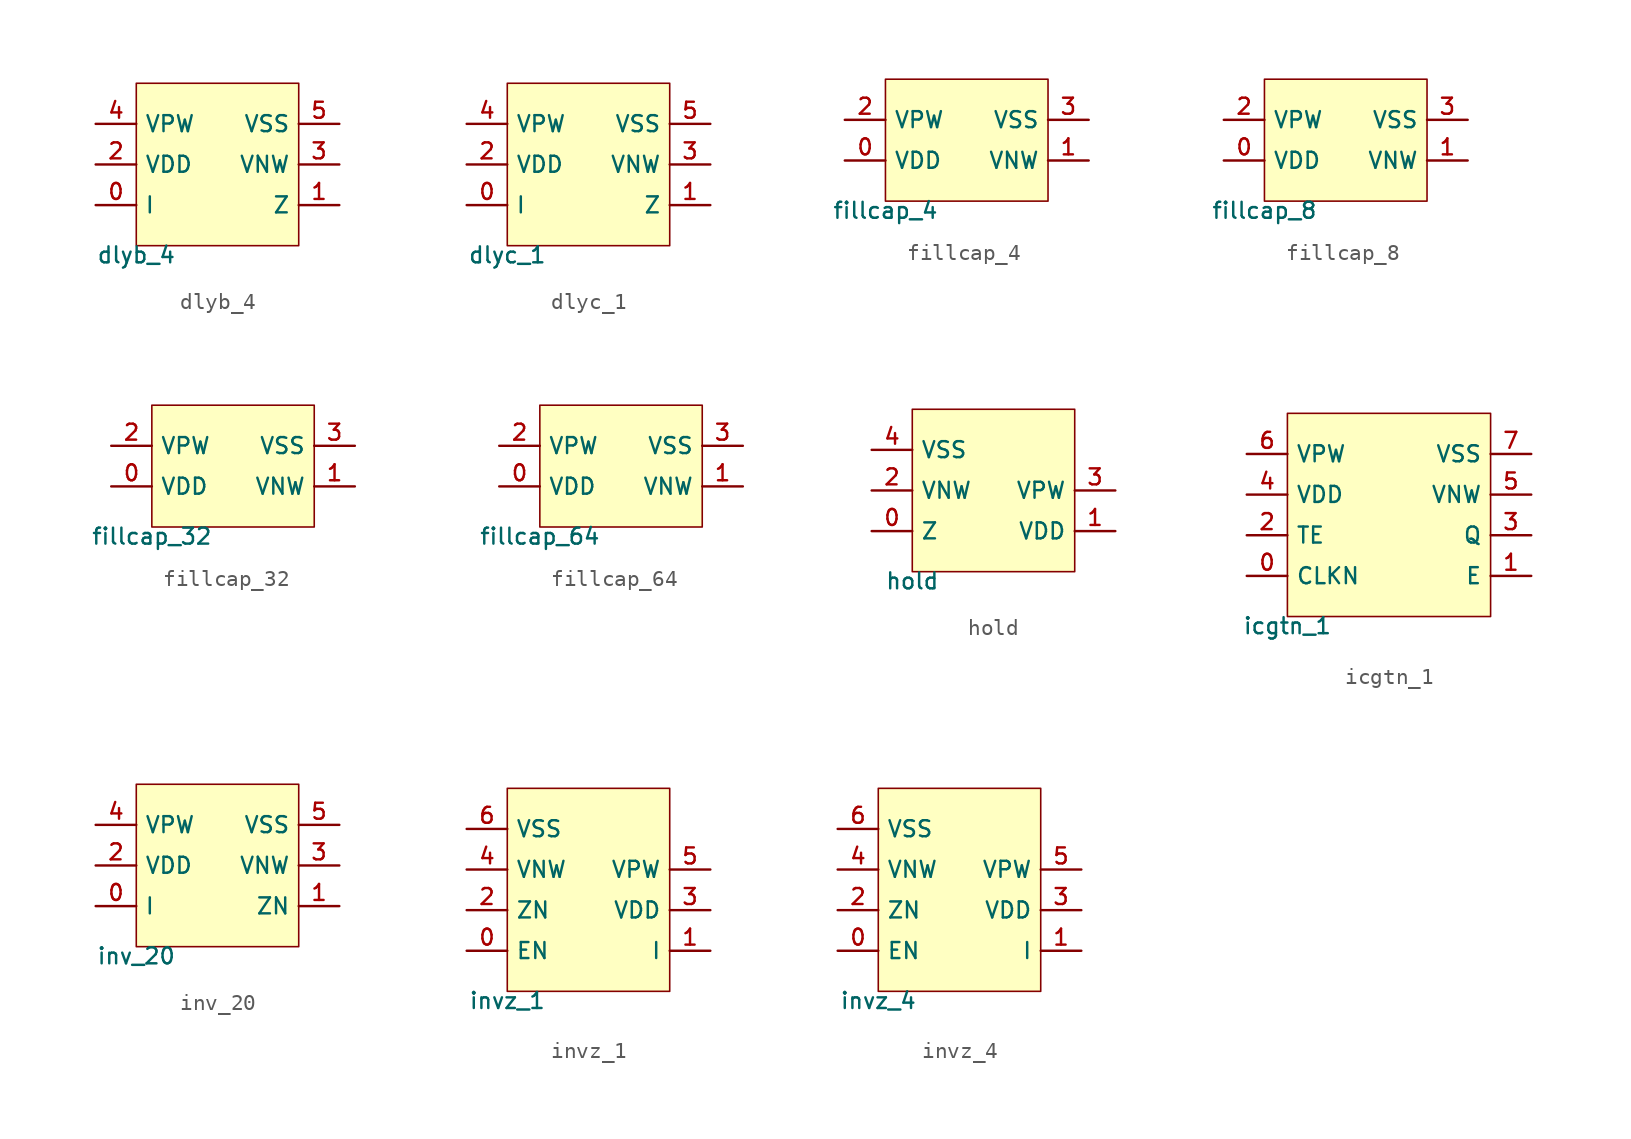
<source format=kicad_sym>
(kicad_symbol_lib
  (version 20211014)
  (generator pdk2kicad)
  (symbol "dlyb_4"
    (property "Reference" "X"
      (at 0 0 0)
      (effects (font (size 1 1)) hide))
    (property "Value" "dlyb_4"
      (at -5.08 -5.08 0)
      (effects (font (size 1 1)) (justify top)))
    (rectangle
      (start -5.08 -5.08)
      (end 5.08 5.08)
      (stroke (width 0.1) (type solid) (color 0 0 0 0))
      (fill (type background)))
    (pin bidirectional line
      (at -7.62 -2.54 0)
      (length 2.54)
      (name "I" (effects (font (size 1 1)) hide))
      (number "0" (effects (font (size 1 1)) hide)))
    (pin bidirectional line
      (at 7.62 -2.54 180)
      (length 2.54)
      (name "Z" (effects (font (size 1 1)) hide))
      (number "1" (effects (font (size 1 1)) hide)))
    (pin bidirectional line
      (at -7.62 0.0 0)
      (length 2.54)
      (name "VDD" (effects (font (size 1 1)) hide))
      (number "2" (effects (font (size 1 1)) hide)))
    (pin bidirectional line
      (at 7.62 0.0 180)
      (length 2.54)
      (name "VNW" (effects (font (size 1 1)) hide))
      (number "3" (effects (font (size 1 1)) hide)))
    (pin bidirectional line
      (at -7.62 2.54 0)
      (length 2.54)
      (name "VPW" (effects (font (size 1 1)) hide))
      (number "4" (effects (font (size 1 1)) hide)))
    (pin bidirectional line
      (at 7.62 2.54 180)
      (length 2.54)
      (name "VSS" (effects (font (size 1 1)) hide))
      (number "5" (effects (font (size 1 1)) hide))))
  (symbol "dlyc_1"
    (property "Reference" "X"
      (at 0 0 0)
      (effects (font (size 1 1)) hide))
    (property "Value" "dlyc_1"
      (at -5.08 -5.08 0)
      (effects (font (size 1 1)) (justify top)))
    (rectangle
      (start -5.08 -5.08)
      (end 5.08 5.08)
      (stroke (width 0.1) (type solid) (color 0 0 0 0))
      (fill (type background)))
    (pin bidirectional line
      (at -7.62 -2.54 0)
      (length 2.54)
      (name "I" (effects (font (size 1 1)) hide))
      (number "0" (effects (font (size 1 1)) hide)))
    (pin bidirectional line
      (at 7.62 -2.54 180)
      (length 2.54)
      (name "Z" (effects (font (size 1 1)) hide))
      (number "1" (effects (font (size 1 1)) hide)))
    (pin bidirectional line
      (at -7.62 0.0 0)
      (length 2.54)
      (name "VDD" (effects (font (size 1 1)) hide))
      (number "2" (effects (font (size 1 1)) hide)))
    (pin bidirectional line
      (at 7.62 0.0 180)
      (length 2.54)
      (name "VNW" (effects (font (size 1 1)) hide))
      (number "3" (effects (font (size 1 1)) hide)))
    (pin bidirectional line
      (at -7.62 2.54 0)
      (length 2.54)
      (name "VPW" (effects (font (size 1 1)) hide))
      (number "4" (effects (font (size 1 1)) hide)))
    (pin bidirectional line
      (at 7.62 2.54 180)
      (length 2.54)
      (name "VSS" (effects (font (size 1 1)) hide))
      (number "5" (effects (font (size 1 1)) hide))))
  (symbol "fillcap_4"
    (property "Reference" "X"
      (at 0 0 0)
      (effects (font (size 1 1)) hide))
    (property "Value" "fillcap_4"
      (at -5.08 -3.81 0)
      (effects (font (size 1 1)) (justify top)))
    (rectangle
      (start -5.08 -3.81)
      (end 5.08 3.81)
      (stroke (width 0.1) (type solid) (color 0 0 0 0))
      (fill (type background)))
    (pin bidirectional line
      (at -7.62 -1.27 0)
      (length 2.54)
      (name "VDD" (effects (font (size 1 1)) hide))
      (number "0" (effects (font (size 1 1)) hide)))
    (pin bidirectional line
      (at 7.62 -1.27 180)
      (length 2.54)
      (name "VNW" (effects (font (size 1 1)) hide))
      (number "1" (effects (font (size 1 1)) hide)))
    (pin bidirectional line
      (at -7.62 1.27 0)
      (length 2.54)
      (name "VPW" (effects (font (size 1 1)) hide))
      (number "2" (effects (font (size 1 1)) hide)))
    (pin bidirectional line
      (at 7.62 1.27 180)
      (length 2.54)
      (name "VSS" (effects (font (size 1 1)) hide))
      (number "3" (effects (font (size 1 1)) hide))))
  (symbol "fillcap_8"
    (property "Reference" "X"
      (at 0 0 0)
      (effects (font (size 1 1)) hide))
    (property "Value" "fillcap_8"
      (at -5.08 -3.81 0)
      (effects (font (size 1 1)) (justify top)))
    (rectangle
      (start -5.08 -3.81)
      (end 5.08 3.81)
      (stroke (width 0.1) (type solid) (color 0 0 0 0))
      (fill (type background)))
    (pin bidirectional line
      (at -7.62 -1.27 0)
      (length 2.54)
      (name "VDD" (effects (font (size 1 1)) hide))
      (number "0" (effects (font (size 1 1)) hide)))
    (pin bidirectional line
      (at 7.62 -1.27 180)
      (length 2.54)
      (name "VNW" (effects (font (size 1 1)) hide))
      (number "1" (effects (font (size 1 1)) hide)))
    (pin bidirectional line
      (at -7.62 1.27 0)
      (length 2.54)
      (name "VPW" (effects (font (size 1 1)) hide))
      (number "2" (effects (font (size 1 1)) hide)))
    (pin bidirectional line
      (at 7.62 1.27 180)
      (length 2.54)
      (name "VSS" (effects (font (size 1 1)) hide))
      (number "3" (effects (font (size 1 1)) hide))))
  (symbol "fillcap_32"
    (property "Reference" "X"
      (at 0 0 0)
      (effects (font (size 1 1)) hide))
    (property "Value" "fillcap_32"
      (at -5.08 -3.81 0)
      (effects (font (size 1 1)) (justify top)))
    (rectangle
      (start -5.08 -3.81)
      (end 5.08 3.81)
      (stroke (width 0.1) (type solid) (color 0 0 0 0))
      (fill (type background)))
    (pin bidirectional line
      (at -7.62 -1.27 0)
      (length 2.54)
      (name "VDD" (effects (font (size 1 1)) hide))
      (number "0" (effects (font (size 1 1)) hide)))
    (pin bidirectional line
      (at 7.62 -1.27 180)
      (length 2.54)
      (name "VNW" (effects (font (size 1 1)) hide))
      (number "1" (effects (font (size 1 1)) hide)))
    (pin bidirectional line
      (at -7.62 1.27 0)
      (length 2.54)
      (name "VPW" (effects (font (size 1 1)) hide))
      (number "2" (effects (font (size 1 1)) hide)))
    (pin bidirectional line
      (at 7.62 1.27 180)
      (length 2.54)
      (name "VSS" (effects (font (size 1 1)) hide))
      (number "3" (effects (font (size 1 1)) hide))))
  (symbol "fillcap_64"
    (property "Reference" "X"
      (at 0 0 0)
      (effects (font (size 1 1)) hide))
    (property "Value" "fillcap_64"
      (at -5.08 -3.81 0)
      (effects (font (size 1 1)) (justify top)))
    (rectangle
      (start -5.08 -3.81)
      (end 5.08 3.81)
      (stroke (width 0.1) (type solid) (color 0 0 0 0))
      (fill (type background)))
    (pin bidirectional line
      (at -7.62 -1.27 0)
      (length 2.54)
      (name "VDD" (effects (font (size 1 1)) hide))
      (number "0" (effects (font (size 1 1)) hide)))
    (pin bidirectional line
      (at 7.62 -1.27 180)
      (length 2.54)
      (name "VNW" (effects (font (size 1 1)) hide))
      (number "1" (effects (font (size 1 1)) hide)))
    (pin bidirectional line
      (at -7.62 1.27 0)
      (length 2.54)
      (name "VPW" (effects (font (size 1 1)) hide))
      (number "2" (effects (font (size 1 1)) hide)))
    (pin bidirectional line
      (at 7.62 1.27 180)
      (length 2.54)
      (name "VSS" (effects (font (size 1 1)) hide))
      (number "3" (effects (font (size 1 1)) hide))))
  (symbol "hold"
    (property "Reference" "X"
      (at 0 0 0)
      (effects (font (size 1 1)) hide))
    (property "Value" "hold"
      (at -5.08 -5.08 0)
      (effects (font (size 1 1)) (justify top)))
    (rectangle
      (start -5.08 -5.08)
      (end 5.08 5.08)
      (stroke (width 0.1) (type solid) (color 0 0 0 0))
      (fill (type background)))
    (pin bidirectional line
      (at -7.62 -2.54 0)
      (length 2.54)
      (name "Z" (effects (font (size 1 1)) hide))
      (number "0" (effects (font (size 1 1)) hide)))
    (pin bidirectional line
      (at 7.62 -2.54 180)
      (length 2.54)
      (name "VDD" (effects (font (size 1 1)) hide))
      (number "1" (effects (font (size 1 1)) hide)))
    (pin bidirectional line
      (at -7.62 0.0 0)
      (length 2.54)
      (name "VNW" (effects (font (size 1 1)) hide))
      (number "2" (effects (font (size 1 1)) hide)))
    (pin bidirectional line
      (at 7.62 0.0 180)
      (length 2.54)
      (name "VPW" (effects (font (size 1 1)) hide))
      (number "3" (effects (font (size 1 1)) hide)))
    (pin bidirectional line
      (at -7.62 2.54 0)
      (length 2.54)
      (name "VSS" (effects (font (size 1 1)) hide))
      (number "4" (effects (font (size 1 1)) hide))))
  (symbol "icgtn_1"
    (property "Reference" "X"
      (at 0 0 0)
      (effects (font (size 1 1)) hide))
    (property "Value" "icgtn_1"
      (at -6.35 -6.35 0)
      (effects (font (size 1 1)) (justify top)))
    (rectangle
      (start -6.35 -6.35)
      (end 6.35 6.35)
      (stroke (width 0.1) (type solid) (color 0 0 0 0))
      (fill (type background)))
    (pin bidirectional line
      (at -8.89 -3.81 0)
      (length 2.54)
      (name "CLKN" (effects (font (size 1 1)) hide))
      (number "0" (effects (font (size 1 1)) hide)))
    (pin bidirectional line
      (at 8.89 -3.81 180)
      (length 2.54)
      (name "E" (effects (font (size 1 1)) hide))
      (number "1" (effects (font (size 1 1)) hide)))
    (pin bidirectional line
      (at -8.89 -1.27 0)
      (length 2.54)
      (name "TE" (effects (font (size 1 1)) hide))
      (number "2" (effects (font (size 1 1)) hide)))
    (pin bidirectional line
      (at 8.89 -1.27 180)
      (length 2.54)
      (name "Q" (effects (font (size 1 1)) hide))
      (number "3" (effects (font (size 1 1)) hide)))
    (pin bidirectional line
      (at -8.89 1.27 0)
      (length 2.54)
      (name "VDD" (effects (font (size 1 1)) hide))
      (number "4" (effects (font (size 1 1)) hide)))
    (pin bidirectional line
      (at 8.89 1.27 180)
      (length 2.54)
      (name "VNW" (effects (font (size 1 1)) hide))
      (number "5" (effects (font (size 1 1)) hide)))
    (pin bidirectional line
      (at -8.89 3.81 0)
      (length 2.54)
      (name "VPW" (effects (font (size 1 1)) hide))
      (number "6" (effects (font (size 1 1)) hide)))
    (pin bidirectional line
      (at 8.89 3.81 180)
      (length 2.54)
      (name "VSS" (effects (font (size 1 1)) hide))
      (number "7" (effects (font (size 1 1)) hide))))
  (symbol "inv_20"
    (property "Reference" "X"
      (at 0 0 0)
      (effects (font (size 1 1)) hide))
    (property "Value" "inv_20"
      (at -5.08 -5.08 0)
      (effects (font (size 1 1)) (justify top)))
    (rectangle
      (start -5.08 -5.08)
      (end 5.08 5.08)
      (stroke (width 0.1) (type solid) (color 0 0 0 0))
      (fill (type background)))
    (pin bidirectional line
      (at -7.62 -2.54 0)
      (length 2.54)
      (name "I" (effects (font (size 1 1)) hide))
      (number "0" (effects (font (size 1 1)) hide)))
    (pin bidirectional line
      (at 7.62 -2.54 180)
      (length 2.54)
      (name "ZN" (effects (font (size 1 1)) hide))
      (number "1" (effects (font (size 1 1)) hide)))
    (pin bidirectional line
      (at -7.62 0.0 0)
      (length 2.54)
      (name "VDD" (effects (font (size 1 1)) hide))
      (number "2" (effects (font (size 1 1)) hide)))
    (pin bidirectional line
      (at 7.62 0.0 180)
      (length 2.54)
      (name "VNW" (effects (font (size 1 1)) hide))
      (number "3" (effects (font (size 1 1)) hide)))
    (pin bidirectional line
      (at -7.62 2.54 0)
      (length 2.54)
      (name "VPW" (effects (font (size 1 1)) hide))
      (number "4" (effects (font (size 1 1)) hide)))
    (pin bidirectional line
      (at 7.62 2.54 180)
      (length 2.54)
      (name "VSS" (effects (font (size 1 1)) hide))
      (number "5" (effects (font (size 1 1)) hide))))
  (symbol "invz_1"
    (property "Reference" "X"
      (at 0 0 0)
      (effects (font (size 1 1)) hide))
    (property "Value" "invz_1"
      (at -5.08 -6.35 0)
      (effects (font (size 1 1)) (justify top)))
    (rectangle
      (start -5.08 -6.35)
      (end 5.08 6.35)
      (stroke (width 0.1) (type solid) (color 0 0 0 0))
      (fill (type background)))
    (pin bidirectional line
      (at -7.62 -3.81 0)
      (length 2.54)
      (name "EN" (effects (font (size 1 1)) hide))
      (number "0" (effects (font (size 1 1)) hide)))
    (pin bidirectional line
      (at 7.62 -3.81 180)
      (length 2.54)
      (name "I" (effects (font (size 1 1)) hide))
      (number "1" (effects (font (size 1 1)) hide)))
    (pin bidirectional line
      (at -7.62 -1.27 0)
      (length 2.54)
      (name "ZN" (effects (font (size 1 1)) hide))
      (number "2" (effects (font (size 1 1)) hide)))
    (pin bidirectional line
      (at 7.62 -1.27 180)
      (length 2.54)
      (name "VDD" (effects (font (size 1 1)) hide))
      (number "3" (effects (font (size 1 1)) hide)))
    (pin bidirectional line
      (at -7.62 1.27 0)
      (length 2.54)
      (name "VNW" (effects (font (size 1 1)) hide))
      (number "4" (effects (font (size 1 1)) hide)))
    (pin bidirectional line
      (at 7.62 1.27 180)
      (length 2.54)
      (name "VPW" (effects (font (size 1 1)) hide))
      (number "5" (effects (font (size 1 1)) hide)))
    (pin bidirectional line
      (at -7.62 3.81 0)
      (length 2.54)
      (name "VSS" (effects (font (size 1 1)) hide))
      (number "6" (effects (font (size 1 1)) hide))))
  (symbol "invz_4"
    (property "Reference" "X"
      (at 0 0 0)
      (effects (font (size 1 1)) hide))
    (property "Value" "invz_4"
      (at -5.08 -6.35 0)
      (effects (font (size 1 1)) (justify top)))
    (rectangle
      (start -5.08 -6.35)
      (end 5.08 6.35)
      (stroke (width 0.1) (type solid) (color 0 0 0 0))
      (fill (type background)))
    (pin bidirectional line
      (at -7.62 -3.81 0)
      (length 2.54)
      (name "EN" (effects (font (size 1 1)) hide))
      (number "0" (effects (font (size 1 1)) hide)))
    (pin bidirectional line
      (at 7.62 -3.81 180)
      (length 2.54)
      (name "I" (effects (font (size 1 1)) hide))
      (number "1" (effects (font (size 1 1)) hide)))
    (pin bidirectional line
      (at -7.62 -1.27 0)
      (length 2.54)
      (name "ZN" (effects (font (size 1 1)) hide))
      (number "2" (effects (font (size 1 1)) hide)))
    (pin bidirectional line
      (at 7.62 -1.27 180)
      (length 2.54)
      (name "VDD" (effects (font (size 1 1)) hide))
      (number "3" (effects (font (size 1 1)) hide)))
    (pin bidirectional line
      (at -7.62 1.27 0)
      (length 2.54)
      (name "VNW" (effects (font (size 1 1)) hide))
      (number "4" (effects (font (size 1 1)) hide)))
    (pin bidirectional line
      (at 7.62 1.27 180)
      (length 2.54)
      (name "VPW" (effects (font (size 1 1)) hide))
      (number "5" (effects (font (size 1 1)) hide)))
    (pin bidirectional line
      (at -7.62 3.81 0)
      (length 2.54)
      (name "VSS" (effects (font (size 1 1)) hide))
      (number "6" (effects (font (size 1 1)) hide)))))
</source>
